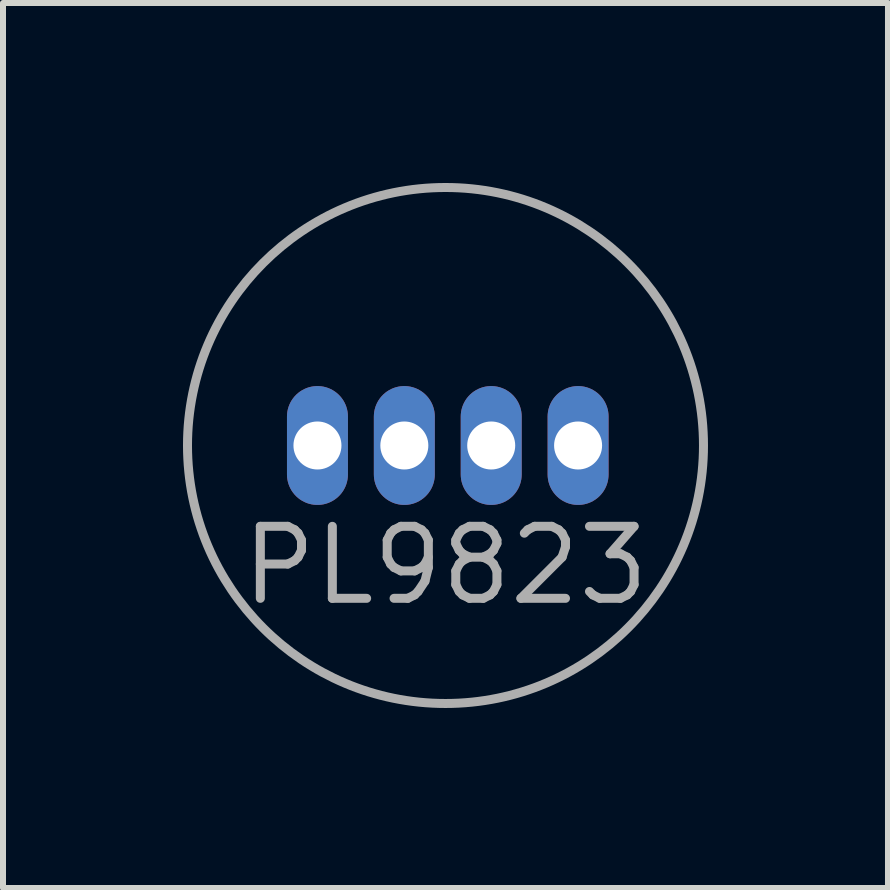
<source format=kicad_pcb>
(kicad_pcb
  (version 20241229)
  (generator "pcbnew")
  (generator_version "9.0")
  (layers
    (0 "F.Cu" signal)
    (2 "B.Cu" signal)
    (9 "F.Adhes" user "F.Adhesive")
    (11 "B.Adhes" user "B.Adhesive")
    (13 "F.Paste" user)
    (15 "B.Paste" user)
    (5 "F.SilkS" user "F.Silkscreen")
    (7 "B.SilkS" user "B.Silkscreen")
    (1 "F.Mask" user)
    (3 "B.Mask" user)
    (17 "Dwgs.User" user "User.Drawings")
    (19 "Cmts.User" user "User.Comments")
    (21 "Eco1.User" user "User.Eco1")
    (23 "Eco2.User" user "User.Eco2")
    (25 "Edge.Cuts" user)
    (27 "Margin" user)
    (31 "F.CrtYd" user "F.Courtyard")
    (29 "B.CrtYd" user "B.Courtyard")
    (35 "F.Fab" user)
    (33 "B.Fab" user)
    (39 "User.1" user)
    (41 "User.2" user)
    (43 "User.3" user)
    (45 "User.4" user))
  (footprint "PL9823"
    (layer "F.Cu")
    (at 4.375 4.375)
    (property "Reference" "PL9823" (at 0 2 0) (layer "F.Fab") (effects (font (size 1.2 1.2) (thickness 0.15))))
    (attr through_hole)
    (fp_circle (center 0 0) (end 4.3 0) (stroke (width 0.15) (type solid)) (fill no) (layer "F.Fab"))
    (pad "1" thru_hole oval (at -2.134 0) (size 1.016 1.981) (drill 0.8) (layers "*.Cu" "*.Mask"))
    (pad "2" thru_hole oval (at -0.686 0) (size 1.016 1.981) (drill 0.8) (layers "*.Cu" "*.Mask"))
    (pad "3" thru_hole oval (at 0.762 0) (size 1.016 1.981) (drill 0.8) (layers "*.Cu" "*.Mask"))
    (pad "4" thru_hole oval (at 2.21 0) (size 1.016 1.981) (drill 0.8) (layers "*.Cu" "*.Mask")))
  (gr_rect
    (start -3 -3)
    (end 11.75 11.75)
    (stroke (width 0.1) (type default))
    (fill no)
    (layer "Edge.Cuts")))
</source>
